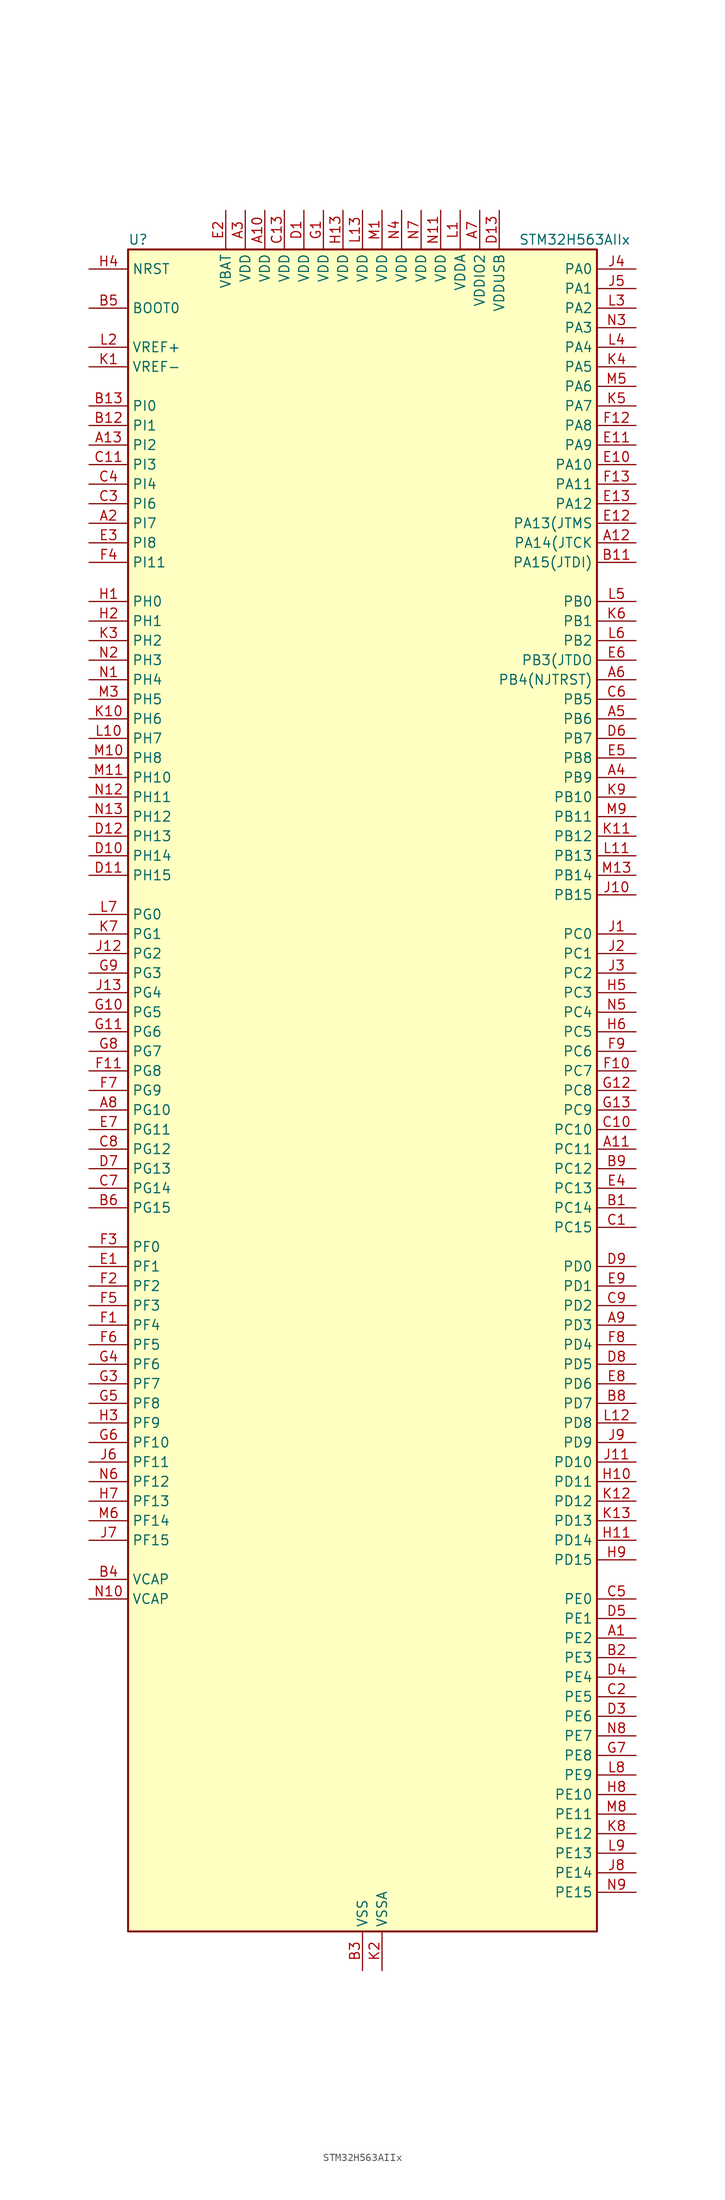
<source format=kicad_sym>
(kicad_symbol_lib
  (version 20231120)
  (generator "kicad-library-utils")
  (generator_version "8.0")
  (symbol "STM32H563AIIx"
    (property "Reference" "U"
      (at -30.48 110.49 0)
      (effects (font (size 1.27 1.27)) (justify left)))
    (property "Value" "STM32H563AIIx"
      (at 20.32 110.49 0)
      (effects (font (size 1.27 1.27)) (justify left)))
    (symbol "STM32H563AIIx_0_1"
      (rectangle (start -30.48 -109.22) (end 30.48 109.22) (stroke (width 0.254) (type default)) (fill (type background))))
    (symbol "STM32H563AIIx_1_1"
      (pin bidirectional line (at 35.56 -71.12 180) (length 5.08) (name "PE2" (effects (font (size 1.27 1.27)))) (number "A1" (effects (font (size 1.27 1.27)))) (alternate "DCMI_D3" bidirectional line) (alternate "DEBUG_TRACECLK" bidirectional line) (alternate "ETH_TXD3" bidirectional line) (alternate "FMC_A23" bidirectional line) (alternate "LPTIM1_IN2" bidirectional line) (alternate "OCTOSPI1_IO2" bidirectional line) (alternate "PSSI_D3" bidirectional line) (alternate "SAI1_CK1" bidirectional line) (alternate "SAI1_MCLK_A" bidirectional line) (alternate "SPI4_SCK" bidirectional line) (alternate "UART8_TX" bidirectional line) (alternate "USART10_RX" bidirectional line))
      (pin power_in line (at -12.7 114.3 270) (length 5.08) (name "VDD" (effects (font (size 1.27 1.27)))) (number "A10" (effects (font (size 1.27 1.27)))))
      (pin bidirectional line (at 35.56 -7.62 180) (length 5.08) (name "PC11" (effects (font (size 1.27 1.27)))) (number "A11" (effects (font (size 1.27 1.27)))) (alternate "ADC1_EXTI11" bidirectional line) (alternate "ADC2_EXTI11" bidirectional line) (alternate "DCMI_D4" bidirectional line) (alternate "I2S3_SDI" bidirectional line) (alternate "LPTIM3_IN1" bidirectional line) (alternate "OCTOSPI1_NCS" bidirectional line) (alternate "PSSI_D4" bidirectional line) (alternate "SDMMC1_D3" bidirectional line) (alternate "SPI3_MISO" bidirectional line) (alternate "UART4_RX" bidirectional line) (alternate "USART3_RX" bidirectional line))
      (pin bidirectional line (at 35.56 71.12 180) (length 5.08) (name "PA14(JTCK" (effects (font (size 1.27 1.27)))) (number "A12" (effects (font (size 1.27 1.27)))) (alternate "DEBUG_JTCK-SWCLK" bidirectional line))
      (pin bidirectional line (at -35.56 83.82 0) (length 5.08) (name "PI2" (effects (font (size 1.27 1.27)))) (number "A13" (effects (font (size 1.27 1.27)))) (alternate "DCMI_D9" bidirectional line) (alternate "I2S2_SDI" bidirectional line) (alternate "PSSI_D9" bidirectional line) (alternate "SPI2_MISO" bidirectional line) (alternate "TIM8_CH4" bidirectional line))
      (pin bidirectional line (at -35.56 73.66 0) (length 5.08) (name "PI7" (effects (font (size 1.27 1.27)))) (number "A2" (effects (font (size 1.27 1.27)))) (alternate "DCMI_D7" bidirectional line) (alternate "PSSI_D7" bidirectional line) (alternate "SAI2_FS_A" bidirectional line) (alternate "TIM8_CH3" bidirectional line))
      (pin power_in line (at -15.24 114.3 270) (length 5.08) (name "VDD" (effects (font (size 1.27 1.27)))) (number "A3" (effects (font (size 1.27 1.27)))))
      (pin bidirectional line (at 35.56 40.64 180) (length 5.08) (name "PB9" (effects (font (size 1.27 1.27)))) (number "A4" (effects (font (size 1.27 1.27)))) (alternate "DAC1_EXTI9" bidirectional line) (alternate "DCMI_D7" bidirectional line) (alternate "FDCAN1_TX" bidirectional line) (alternate "I2C1_SDA" bidirectional line) (alternate "I2C4_SDA" bidirectional line) (alternate "I2S2_WS" bidirectional line) (alternate "I3C1_SDA" bidirectional line) (alternate "PSSI_D7" bidirectional line) (alternate "SDMMC1_CDIR" bidirectional line) (alternate "SDMMC1_D5" bidirectional line) (alternate "SDMMC2_CKIN" bidirectional line) (alternate "SDMMC2_D5" bidirectional line) (alternate "SPI2_NSS" bidirectional line) (alternate "TIM17_CH1" bidirectional line) (alternate "TIM4_CH4" bidirectional line) (alternate "UART4_TX" bidirectional line))
      (pin bidirectional line (at 35.56 48.26 180) (length 5.08) (name "PB6" (effects (font (size 1.27 1.27)))) (number "A5" (effects (font (size 1.27 1.27)))) (alternate "CEC" bidirectional line) (alternate "DCMI_D5" bidirectional line) (alternate "FDCAN2_TX" bidirectional line) (alternate "FMC_SDNE1" bidirectional line) (alternate "I2C1_SCL" bidirectional line) (alternate "I2C4_SCL" bidirectional line) (alternate "I3C1_SCL" bidirectional line) (alternate "LPUART1_TX" bidirectional line) (alternate "OCTOSPI1_NCS" bidirectional line) (alternate "PSSI_D5" bidirectional line) (alternate "TIM16_CH1N" bidirectional line) (alternate "TIM4_CH1" bidirectional line) (alternate "UART5_TX" bidirectional line) (alternate "USART1_TX" bidirectional line))
      (pin bidirectional line (at 35.56 53.34 180) (length 5.08) (name "PB4(NJTRST)" (effects (font (size 1.27 1.27)))) (number "A6" (effects (font (size 1.27 1.27)))) (alternate "DCMI_D7" bidirectional line) (alternate "DEBUG_JTRST" bidirectional line) (alternate "I2S1_SDI" bidirectional line) (alternate "I2S2_WS" bidirectional line) (alternate "I2S3_SDI" bidirectional line) (alternate "LPTIM1_CH2" bidirectional line) (alternate "OCTOSPI1_CLK" bidirectional line) (alternate "PSSI_D7" bidirectional line) (alternate "SDMMC2_D3" bidirectional line) (alternate "SPI1_MISO" bidirectional line) (alternate "SPI2_NSS" bidirectional line) (alternate "SPI3_MISO" bidirectional line) (alternate "SPI6_MISO" bidirectional line) (alternate "TIM16_BKIN" bidirectional line) (alternate "TIM3_CH1" bidirectional line) (alternate "UART7_TX" bidirectional line))
      (pin power_in line (at 15.24 114.3 270) (length 5.08) (name "VDDIO2" (effects (font (size 1.27 1.27)))) (number "A7" (effects (font (size 1.27 1.27)))))
      (pin bidirectional line (at -35.56 -2.54 0) (length 5.08) (name "PG10" (effects (font (size 1.27 1.27)))) (number "A8" (effects (font (size 1.27 1.27)))) (alternate "DCMI_D2" bidirectional line) (alternate "FMC_NE3" bidirectional line) (alternate "I2S1_WS" bidirectional line) (alternate "PSSI_D2" bidirectional line) (alternate "SAI2_SD_B" bidirectional line) (alternate "SDMMC2_D1" bidirectional line) (alternate "SPI1_NSS" bidirectional line))
      (pin bidirectional line (at 35.56 -30.48 180) (length 5.08) (name "PD3" (effects (font (size 1.27 1.27)))) (number "A9" (effects (font (size 1.27 1.27)))) (alternate "DCMI_D5" bidirectional line) (alternate "FMC_CLK" bidirectional line) (alternate "I2S2_CK" bidirectional line) (alternate "PSSI_D5" bidirectional line) (alternate "PWR_WKUP8" bidirectional line) (alternate "SPI2_SCK" bidirectional line) (alternate "USART2_CTS" bidirectional line) (alternate "USART2_NSS" bidirectional line))
      (pin bidirectional line (at 35.56 -15.24 180) (length 5.08) (name "PC14" (effects (font (size 1.27 1.27)))) (number "B1" (effects (font (size 1.27 1.27)))) (alternate "RCC_OSC32_IN" bidirectional line))
      (pin passive line (at 0 -114.3 90) (length 5.08) hide (name "VSS" (effects (font (size 1.27 1.27)))) (number "B10" (effects (font (size 1.27 1.27)))))
      (pin bidirectional line (at 35.56 68.58 180) (length 5.08) (name "PA15(JTDI)" (effects (font (size 1.27 1.27)))) (number "B11" (effects (font (size 1.27 1.27)))) (alternate "ADC1_EXTI15" bidirectional line) (alternate "ADC2_EXTI15" bidirectional line) (alternate "CEC" bidirectional line) (alternate "DCMI_D11" bidirectional line) (alternate "DEBUG_JTDI" bidirectional line) (alternate "FMC_NBL1" bidirectional line) (alternate "I2S1_WS" bidirectional line) (alternate "I2S3_WS" bidirectional line) (alternate "LPTIM3_IN2" bidirectional line) (alternate "PSSI_D11" bidirectional line) (alternate "SPI1_NSS" bidirectional line) (alternate "SPI3_NSS" bidirectional line) (alternate "SPI6_NSS" bidirectional line) (alternate "TIM2_CH1" bidirectional line) (alternate "TIM2_ETR" bidirectional line) (alternate "UART4_DE" bidirectional line) (alternate "UART4_RTS" bidirectional line) (alternate "UART7_TX" bidirectional line))
      (pin bidirectional line (at -35.56 86.36 0) (length 5.08) (name "PI1" (effects (font (size 1.27 1.27)))) (number "B12" (effects (font (size 1.27 1.27)))) (alternate "DCMI_D8" bidirectional line) (alternate "I2S2_CK" bidirectional line) (alternate "PSSI_D8" bidirectional line) (alternate "SPI2_SCK" bidirectional line) (alternate "TIM8_BKIN2" bidirectional line))
      (pin bidirectional line (at -35.56 88.9 0) (length 5.08) (name "PI0" (effects (font (size 1.27 1.27)))) (number "B13" (effects (font (size 1.27 1.27)))) (alternate "DCMI_D13" bidirectional line) (alternate "I2S2_WS" bidirectional line) (alternate "PSSI_D13" bidirectional line) (alternate "SPI2_NSS" bidirectional line) (alternate "TIM5_CH4" bidirectional line))
      (pin bidirectional line (at 35.56 -73.66 180) (length 5.08) (name "PE3" (effects (font (size 1.27 1.27)))) (number "B2" (effects (font (size 1.27 1.27)))) (alternate "DEBUG_TRACED0" bidirectional line) (alternate "FMC_A19" bidirectional line) (alternate "SAI1_SD_B" bidirectional line) (alternate "TAMP_IN6" bidirectional line) (alternate "TAMP_OUT3" bidirectional line) (alternate "TIM15_BKIN" bidirectional line) (alternate "USART10_TX" bidirectional line))
      (pin power_in line (at 0 -114.3 90) (length 5.08) (name "VSS" (effects (font (size 1.27 1.27)))) (number "B3" (effects (font (size 1.27 1.27)))))
      (pin power_out line (at -35.56 -63.5 0) (length 5.08) (name "VCAP" (effects (font (size 1.27 1.27)))) (number "B4" (effects (font (size 1.27 1.27)))))
      (pin input line (at -35.56 101.6 0) (length 5.08) (name "BOOT0" (effects (font (size 1.27 1.27)))) (number "B5" (effects (font (size 1.27 1.27)))))
      (pin bidirectional line (at -35.56 -15.24 0) (length 5.08) (name "PG15" (effects (font (size 1.27 1.27)))) (number "B6" (effects (font (size 1.27 1.27)))) (alternate "ADC1_EXTI15" bidirectional line) (alternate "ADC2_EXTI15" bidirectional line) (alternate "DCMI_D13" bidirectional line) (alternate "FMC_SDNCAS" bidirectional line) (alternate "PSSI_D13" bidirectional line) (alternate "SPI4_RDY" bidirectional line) (alternate "USART10_CK" bidirectional line) (alternate "USART6_CTS" bidirectional line) (alternate "USART6_NSS" bidirectional line))
      (pin passive line (at 0 -114.3 90) (length 5.08) hide (name "VSS" (effects (font (size 1.27 1.27)))) (number "B7" (effects (font (size 1.27 1.27)))))
      (pin bidirectional line (at 35.56 -40.64 180) (length 5.08) (name "PD7" (effects (font (size 1.27 1.27)))) (number "B8" (effects (font (size 1.27 1.27)))) (alternate "FMC_NCE" bidirectional line) (alternate "FMC_NE1" bidirectional line) (alternate "I2S1_SDO" bidirectional line) (alternate "LPTIM4_OUT" bidirectional line) (alternate "OCTOSPI1_IO7" bidirectional line) (alternate "SDMMC2_CMD" bidirectional line) (alternate "SPI1_MOSI" bidirectional line) (alternate "USART2_CK" bidirectional line))
      (pin bidirectional line (at 35.56 -10.16 180) (length 5.08) (name "PC12" (effects (font (size 1.27 1.27)))) (number "B9" (effects (font (size 1.27 1.27)))) (alternate "DCMI_D9" bidirectional line) (alternate "DEBUG_TRACED3" bidirectional line) (alternate "I2S3_SDO" bidirectional line) (alternate "PSSI_D9" bidirectional line) (alternate "SDMMC1_CK" bidirectional line) (alternate "SPI3_MOSI" bidirectional line) (alternate "SPI6_SCK" bidirectional line) (alternate "TIM15_CH1" bidirectional line) (alternate "UART5_TX" bidirectional line) (alternate "USART3_CK" bidirectional line))
      (pin bidirectional line (at 35.56 -17.78 180) (length 5.08) (name "PC15" (effects (font (size 1.27 1.27)))) (number "C1" (effects (font (size 1.27 1.27)))) (alternate "ADC1_EXTI15" bidirectional line) (alternate "ADC2_EXTI15" bidirectional line) (alternate "RCC_OSC32_OUT" bidirectional line))
      (pin bidirectional line (at 35.56 -5.08 180) (length 5.08) (name "PC10" (effects (font (size 1.27 1.27)))) (number "C10" (effects (font (size 1.27 1.27)))) (alternate "DCMI_D8" bidirectional line) (alternate "ETH_TXD0" bidirectional line) (alternate "I2S3_CK" bidirectional line) (alternate "LPTIM3_ETR" bidirectional line) (alternate "OCTOSPI1_IO1" bidirectional line) (alternate "PSSI_D8" bidirectional line) (alternate "SDMMC1_D2" bidirectional line) (alternate "SPI3_SCK" bidirectional line) (alternate "UART4_TX" bidirectional line) (alternate "USART3_TX" bidirectional line))
      (pin bidirectional line (at -35.56 81.28 0) (length 5.08) (name "PI3" (effects (font (size 1.27 1.27)))) (number "C11" (effects (font (size 1.27 1.27)))) (alternate "DCMI_D10" bidirectional line) (alternate "I2S2_SDO" bidirectional line) (alternate "PSSI_D10" bidirectional line) (alternate "SPI2_MOSI" bidirectional line) (alternate "TIM8_ETR" bidirectional line))
      (pin passive line (at 0 -114.3 90) (length 5.08) hide (name "VSS" (effects (font (size 1.27 1.27)))) (number "C12" (effects (font (size 1.27 1.27)))))
      (pin power_in line (at -10.16 114.3 270) (length 5.08) (name "VDD" (effects (font (size 1.27 1.27)))) (number "C13" (effects (font (size 1.27 1.27)))))
      (pin bidirectional line (at 35.56 -78.74 180) (length 5.08) (name "PE5" (effects (font (size 1.27 1.27)))) (number "C2" (effects (font (size 1.27 1.27)))) (alternate "DCMI_D6" bidirectional line) (alternate "DEBUG_TRACED2" bidirectional line) (alternate "FMC_A21" bidirectional line) (alternate "PSSI_D6" bidirectional line) (alternate "SAI1_CK2" bidirectional line) (alternate "SAI1_SCK_A" bidirectional line) (alternate "SPI4_MISO" bidirectional line) (alternate "TAMP_IN8" bidirectional line) (alternate "TAMP_OUT7" bidirectional line) (alternate "TIM15_CH1" bidirectional line))
      (pin bidirectional line (at -35.56 76.2 0) (length 5.08) (name "PI6" (effects (font (size 1.27 1.27)))) (number "C3" (effects (font (size 1.27 1.27)))) (alternate "DCMI_D6" bidirectional line) (alternate "PSSI_D6" bidirectional line) (alternate "SAI2_SD_A" bidirectional line) (alternate "TIM8_CH2" bidirectional line))
      (pin bidirectional line (at -35.56 78.74 0) (length 5.08) (name "PI4" (effects (font (size 1.27 1.27)))) (number "C4" (effects (font (size 1.27 1.27)))) (alternate "DCMI_D5" bidirectional line) (alternate "PSSI_D5" bidirectional line) (alternate "SAI2_MCLK_A" bidirectional line) (alternate "SPI2_RDY" bidirectional line) (alternate "TIM8_BKIN" bidirectional line))
      (pin bidirectional line (at 35.56 -66.04 180) (length 5.08) (name "PE0" (effects (font (size 1.27 1.27)))) (number "C5" (effects (font (size 1.27 1.27)))) (alternate "DCMI_D2" bidirectional line) (alternate "FDCAN1_RX" bidirectional line) (alternate "FMC_NBL0" bidirectional line) (alternate "LPTIM1_ETR" bidirectional line) (alternate "LPTIM2_CH2" bidirectional line) (alternate "LPTIM2_ETR" bidirectional line) (alternate "PSSI_D2" bidirectional line) (alternate "SAI2_MCLK_A" bidirectional line) (alternate "SPI3_RDY" bidirectional line) (alternate "TIM4_ETR" bidirectional line) (alternate "UART8_RX" bidirectional line))
      (pin bidirectional line (at 35.56 50.8 180) (length 5.08) (name "PB5" (effects (font (size 1.27 1.27)))) (number "C6" (effects (font (size 1.27 1.27)))) (alternate "DCMI_D10" bidirectional line) (alternate "ETH_PPS_OUT" bidirectional line) (alternate "FDCAN2_RX" bidirectional line) (alternate "FMC_SDCKE1" bidirectional line) (alternate "I2C1_SMBA" bidirectional line) (alternate "I2C4_SMBA" bidirectional line) (alternate "I2S1_SDO" bidirectional line) (alternate "I2S3_SDO" bidirectional line) (alternate "OCTOSPI1_NCLK" bidirectional line) (alternate "PSSI_D10" bidirectional line) (alternate "SPI1_MOSI" bidirectional line) (alternate "SPI3_MOSI" bidirectional line) (alternate "SPI6_MOSI" bidirectional line) (alternate "TIM17_BKIN" bidirectional line) (alternate "TIM3_CH2" bidirectional line) (alternate "UART5_RX" bidirectional line))
      (pin bidirectional line (at -35.56 -12.7 0) (length 5.08) (name "PG14" (effects (font (size 1.27 1.27)))) (number "C7" (effects (font (size 1.27 1.27)))) (alternate "DEBUG_TRACED1" bidirectional line) (alternate "ETH_TXD1" bidirectional line) (alternate "FMC_A25" bidirectional line) (alternate "LPTIM1_CH2" bidirectional line) (alternate "LPTIM1_ETR" bidirectional line) (alternate "LPTIM5_IN1" bidirectional line) (alternate "OCTOSPI1_IO7" bidirectional line) (alternate "SDMMC2_D7" bidirectional line) (alternate "SPI6_MOSI" bidirectional line) (alternate "USART10_RTS" bidirectional line) (alternate "USART6_TX" bidirectional line))
      (pin bidirectional line (at -35.56 -7.62 0) (length 5.08) (name "PG12" (effects (font (size 1.27 1.27)))) (number "C8" (effects (font (size 1.27 1.27)))) (alternate "DCMI_D11" bidirectional line) (alternate "ETH_TXD1" bidirectional line) (alternate "FMC_NE4" bidirectional line) (alternate "LPTIM1_IN1" bidirectional line) (alternate "LPTIM5_CH1" bidirectional line) (alternate "PSSI_D11" bidirectional line) (alternate "PSSI_D15" bidirectional line) (alternate "SDMMC2_D3" bidirectional line) (alternate "SPI6_MISO" bidirectional line) (alternate "USART10_TX" bidirectional line) (alternate "USART6_RTS" bidirectional line))
      (pin bidirectional line (at 35.56 -27.94 180) (length 5.08) (name "PD2" (effects (font (size 1.27 1.27)))) (number "C9" (effects (font (size 1.27 1.27)))) (alternate "DCMI_D11" bidirectional line) (alternate "DEBUG_TRACED2" bidirectional line) (alternate "LPTIM4_ETR" bidirectional line) (alternate "PSSI_D11" bidirectional line) (alternate "PWR_WKUP7" bidirectional line) (alternate "SDMMC1_CMD" bidirectional line) (alternate "TIM15_BKIN" bidirectional line) (alternate "TIM3_ETR" bidirectional line) (alternate "UART5_RX" bidirectional line))
      (pin power_in line (at -7.62 114.3 270) (length 5.08) (name "VDD" (effects (font (size 1.27 1.27)))) (number "D1" (effects (font (size 1.27 1.27)))))
      (pin bidirectional line (at -35.56 30.48 0) (length 5.08) (name "PH14" (effects (font (size 1.27 1.27)))) (number "D10" (effects (font (size 1.27 1.27)))) (alternate "DCMI_D4" bidirectional line) (alternate "FDCAN1_RX" bidirectional line) (alternate "PSSI_D4" bidirectional line) (alternate "TIM8_CH2N" bidirectional line) (alternate "UART4_RX" bidirectional line))
      (pin bidirectional line (at -35.56 27.94 0) (length 5.08) (name "PH15" (effects (font (size 1.27 1.27)))) (number "D11" (effects (font (size 1.27 1.27)))) (alternate "ADC1_EXTI15" bidirectional line) (alternate "ADC2_EXTI15" bidirectional line) (alternate "DCMI_D11" bidirectional line) (alternate "PSSI_D11" bidirectional line) (alternate "TIM8_CH3N" bidirectional line))
      (pin bidirectional line (at -35.56 33.02 0) (length 5.08) (name "PH13" (effects (font (size 1.27 1.27)))) (number "D12" (effects (font (size 1.27 1.27)))) (alternate "DCMI_D3" bidirectional line) (alternate "FDCAN1_TX" bidirectional line) (alternate "LPTIM1_IN2" bidirectional line) (alternate "PSSI_D3" bidirectional line) (alternate "TIM8_CH1N" bidirectional line) (alternate "UART4_TX" bidirectional line) (alternate "UART8_TX" bidirectional line))
      (pin power_in line (at 17.78 114.3 270) (length 5.08) (name "VDDUSB" (effects (font (size 1.27 1.27)))) (number "D13" (effects (font (size 1.27 1.27)))))
      (pin passive line (at 0 -114.3 90) (length 5.08) hide (name "VSS" (effects (font (size 1.27 1.27)))) (number "D2" (effects (font (size 1.27 1.27)))))
      (pin bidirectional line (at 35.56 -81.28 180) (length 5.08) (name "PE6" (effects (font (size 1.27 1.27)))) (number "D3" (effects (font (size 1.27 1.27)))) (alternate "DCMI_D7" bidirectional line) (alternate "DEBUG_TRACED3" bidirectional line) (alternate "FMC_A22" bidirectional line) (alternate "PSSI_D7" bidirectional line) (alternate "SAI1_D1" bidirectional line) (alternate "SAI1_SD_A" bidirectional line) (alternate "SAI2_MCLK_B" bidirectional line) (alternate "SPI4_MOSI" bidirectional line) (alternate "TAMP_IN3" bidirectional line) (alternate "TAMP_OUT6" bidirectional line) (alternate "TIM15_CH2" bidirectional line) (alternate "TIM1_BKIN2" bidirectional line))
      (pin bidirectional line (at 35.56 -76.2 180) (length 5.08) (name "PE4" (effects (font (size 1.27 1.27)))) (number "D4" (effects (font (size 1.27 1.27)))) (alternate "DCMI_D4" bidirectional line) (alternate "DEBUG_TRACED1" bidirectional line) (alternate "FMC_A20" bidirectional line) (alternate "PSSI_D4" bidirectional line) (alternate "SAI1_D2" bidirectional line) (alternate "SAI1_FS_A" bidirectional line) (alternate "SPI4_NSS" bidirectional line) (alternate "TAMP_IN7" bidirectional line) (alternate "TAMP_OUT8" bidirectional line) (alternate "TIM15_CH1N" bidirectional line))
      (pin bidirectional line (at 35.56 -68.58 180) (length 5.08) (name "PE1" (effects (font (size 1.27 1.27)))) (number "D5" (effects (font (size 1.27 1.27)))) (alternate "DCMI_D3" bidirectional line) (alternate "FDCAN1_TX" bidirectional line) (alternate "FMC_NBL1" bidirectional line) (alternate "LPTIM1_IN2" bidirectional line) (alternate "PSSI_D3" bidirectional line) (alternate "UART8_TX" bidirectional line))
      (pin bidirectional line (at 35.56 45.72 180) (length 5.08) (name "PB7" (effects (font (size 1.27 1.27)))) (number "D6" (effects (font (size 1.27 1.27)))) (alternate "DCMI_VSYNC" bidirectional line) (alternate "FDCAN1_TX" bidirectional line) (alternate "FMC_NL" bidirectional line) (alternate "I2C1_SDA" bidirectional line) (alternate "I2C4_SDA" bidirectional line) (alternate "I3C1_SDA" bidirectional line) (alternate "LPUART1_RX" bidirectional line) (alternate "PSSI_RDY" bidirectional line) (alternate "PWR_WKUP5" bidirectional line) (alternate "SDMMC2_CKIN" bidirectional line) (alternate "SDMMC2_D5" bidirectional line) (alternate "TIM17_CH1N" bidirectional line) (alternate "TIM4_CH2" bidirectional line) (alternate "USART1_RX" bidirectional line))
      (pin bidirectional line (at -35.56 -10.16 0) (length 5.08) (name "PG13" (effects (font (size 1.27 1.27)))) (number "D7" (effects (font (size 1.27 1.27)))) (alternate "DEBUG_TRACED0" bidirectional line) (alternate "ETH_TXD0" bidirectional line) (alternate "FMC_A24" bidirectional line) (alternate "LPTIM1_CH1" bidirectional line) (alternate "LPTIM5_CH2" bidirectional line) (alternate "SDMMC2_D6" bidirectional line) (alternate "SPI6_SCK" bidirectional line) (alternate "USART10_CTS" bidirectional line) (alternate "USART10_NSS" bidirectional line) (alternate "USART6_CTS" bidirectional line) (alternate "USART6_NSS" bidirectional line))
      (pin bidirectional line (at 35.56 -35.56 180) (length 5.08) (name "PD5" (effects (font (size 1.27 1.27)))) (number "D8" (effects (font (size 1.27 1.27)))) (alternate "FDCAN1_TX" bidirectional line) (alternate "FMC_NWE" bidirectional line) (alternate "OCTOSPI1_IO5" bidirectional line) (alternate "SPI2_RDY" bidirectional line) (alternate "TIM1_CH4N" bidirectional line) (alternate "USART2_TX" bidirectional line))
      (pin bidirectional line (at 35.56 -22.86 180) (length 5.08) (name "PD0" (effects (font (size 1.27 1.27)))) (number "D9" (effects (font (size 1.27 1.27)))) (alternate "FDCAN1_RX" bidirectional line) (alternate "FMC_D2" bidirectional line) (alternate "FMC_DA2" bidirectional line) (alternate "TIM8_CH4N" bidirectional line) (alternate "UART4_RX" bidirectional line) (alternate "UART9_CTS" bidirectional line))
      (pin bidirectional line (at -35.56 -22.86 0) (length 5.08) (name "PF1" (effects (font (size 1.27 1.27)))) (number "E1" (effects (font (size 1.27 1.27)))) (alternate "FMC_A1" bidirectional line) (alternate "I2C2_SCL" bidirectional line) (alternate "LPTIM5_CH2" bidirectional line))
      (pin bidirectional line (at 35.56 81.28 180) (length 5.08) (name "PA10" (effects (font (size 1.27 1.27)))) (number "E10" (effects (font (size 1.27 1.27)))) (alternate "DCMI_D1" bidirectional line) (alternate "FDCAN2_TX" bidirectional line) (alternate "LPTIM2_IN2" bidirectional line) (alternate "LPUART1_RX" bidirectional line) (alternate "PSSI_D1" bidirectional line) (alternate "SDMMC1_D0" bidirectional line) (alternate "TIM1_CH3" bidirectional line) (alternate "UCPD1_FRSTX" bidirectional line) (alternate "USART1_RX" bidirectional line))
      (pin bidirectional line (at 35.56 83.82 180) (length 5.08) (name "PA9" (effects (font (size 1.27 1.27)))) (number "E11" (effects (font (size 1.27 1.27)))) (alternate "DAC1_EXTI9" bidirectional line) (alternate "DCMI_D0" bidirectional line) (alternate "ETH_TX_ER" bidirectional line) (alternate "FMC_NWE" bidirectional line) (alternate "I2C3_SMBA" bidirectional line) (alternate "I2S2_CK" bidirectional line) (alternate "LPUART1_TX" bidirectional line) (alternate "PSSI_D0" bidirectional line) (alternate "SPI2_SCK" bidirectional line) (alternate "TIM1_CH2" bidirectional line) (alternate "UCPD1_DB1" bidirectional line) (alternate "USART1_TX" bidirectional line))
      (pin bidirectional line (at 35.56 73.66 180) (length 5.08) (name "PA13(JTMS" (effects (font (size 1.27 1.27)))) (number "E12" (effects (font (size 1.27 1.27)))) (alternate "DEBUG_JTMS-SWDIO" bidirectional line))
      (pin bidirectional line (at 35.56 76.2 180) (length 5.08) (name "PA12" (effects (font (size 1.27 1.27)))) (number "E13" (effects (font (size 1.27 1.27)))) (alternate "FDCAN1_TX" bidirectional line) (alternate "I2S2_CK" bidirectional line) (alternate "LPUART1_RTS" bidirectional line) (alternate "SAI2_FS_B" bidirectional line) (alternate "SPI2_SCK" bidirectional line) (alternate "TIM1_ETR" bidirectional line) (alternate "UART4_TX" bidirectional line) (alternate "USART1_RTS" bidirectional line) (alternate "USB_DP" bidirectional line))
      (pin power_in line (at -17.78 114.3 270) (length 5.08) (name "VBAT" (effects (font (size 1.27 1.27)))) (number "E2" (effects (font (size 1.27 1.27)))))
      (pin bidirectional line (at -35.56 71.12 0) (length 5.08) (name "PI8" (effects (font (size 1.27 1.27)))) (number "E3" (effects (font (size 1.27 1.27)))) (alternate "PWR_WKUP3" bidirectional line) (alternate "RTC_OUT2" bidirectional line) (alternate "TAMP_IN2" bidirectional line) (alternate "TAMP_OUT3" bidirectional line))
      (pin bidirectional line (at 35.56 -12.7 180) (length 5.08) (name "PC13" (effects (font (size 1.27 1.27)))) (number "E4" (effects (font (size 1.27 1.27)))) (alternate "PWR_WKUP4" bidirectional line) (alternate "RTC_OUT1" bidirectional line) (alternate "RTC_TS" bidirectional line) (alternate "TAMP_IN1" bidirectional line) (alternate "TAMP_OUT2" bidirectional line) (alternate "TAMP_OUT3" bidirectional line))
      (pin bidirectional line (at 35.56 43.18 180) (length 5.08) (name "PB8" (effects (font (size 1.27 1.27)))) (number "E5" (effects (font (size 1.27 1.27)))) (alternate "DCMI_D6" bidirectional line) (alternate "ETH_TXD3" bidirectional line) (alternate "FDCAN1_RX" bidirectional line) (alternate "I2C1_SCL" bidirectional line) (alternate "I2C4_SCL" bidirectional line) (alternate "I3C1_SCL" bidirectional line) (alternate "PSSI_D6" bidirectional line) (alternate "SDMMC1_CKIN" bidirectional line) (alternate "SDMMC1_D4" bidirectional line) (alternate "SDMMC2_D4" bidirectional line) (alternate "SPI4_RDY" bidirectional line) (alternate "TIM16_CH1" bidirectional line) (alternate "TIM4_CH3" bidirectional line) (alternate "UART4_RX" bidirectional line))
      (pin bidirectional line (at 35.56 55.88 180) (length 5.08) (name "PB3(JTDO" (effects (font (size 1.27 1.27)))) (number "E6" (effects (font (size 1.27 1.27)))) (alternate "CRS_SYNC" bidirectional line) (alternate "DEBUG_JTDO-SWO" bidirectional line) (alternate "I2C2_SDA" bidirectional line) (alternate "I2S1_CK" bidirectional line) (alternate "I2S3_CK" bidirectional line) (alternate "LPTIM6_ETR" bidirectional line) (alternate "SDMMC2_D2" bidirectional line) (alternate "SPI1_SCK" bidirectional line) (alternate "SPI3_SCK" bidirectional line) (alternate "SPI6_SCK" bidirectional line) (alternate "TIM2_CH2" bidirectional line) (alternate "UART12_CTS" bidirectional line) (alternate "UART7_RX" bidirectional line))
      (pin bidirectional line (at -35.56 -5.08 0) (length 5.08) (name "PG11" (effects (font (size 1.27 1.27)))) (number "E7" (effects (font (size 1.27 1.27)))) (alternate "ADC1_EXTI11" bidirectional line) (alternate "ADC2_EXTI11" bidirectional line) (alternate "DCMI_D3" bidirectional line) (alternate "ETH_TX_EN" bidirectional line) (alternate "I2S1_CK" bidirectional line) (alternate "LPTIM1_IN2" bidirectional line) (alternate "PSSI_D3" bidirectional line) (alternate "SDMMC2_D2" bidirectional line) (alternate "SPI1_SCK" bidirectional line) (alternate "USART10_RX" bidirectional line) (alternate "USART11_RTS" bidirectional line))
      (pin bidirectional line (at 35.56 -38.1 180) (length 5.08) (name "PD6" (effects (font (size 1.27 1.27)))) (number "E8" (effects (font (size 1.27 1.27)))) (alternate "DCMI_D10" bidirectional line) (alternate "FMC_NWAIT" bidirectional line) (alternate "I2S3_SDO" bidirectional line) (alternate "OCTOSPI1_IO6" bidirectional line) (alternate "PSSI_D10" bidirectional line) (alternate "SAI1_D1" bidirectional line) (alternate "SAI1_SD_A" bidirectional line) (alternate "SDMMC2_CK" bidirectional line) (alternate "SPI3_MOSI" bidirectional line) (alternate "USART2_RX" bidirectional line))
      (pin bidirectional line (at 35.56 -25.4 180) (length 5.08) (name "PD1" (effects (font (size 1.27 1.27)))) (number "E9" (effects (font (size 1.27 1.27)))) (alternate "FDCAN1_TX" bidirectional line) (alternate "FMC_D3" bidirectional line) (alternate "FMC_DA3" bidirectional line) (alternate "UART4_TX" bidirectional line))
      (pin bidirectional line (at -35.56 -30.48 0) (length 5.08) (name "PF4" (effects (font (size 1.27 1.27)))) (number "F1" (effects (font (size 1.27 1.27)))) (alternate "FMC_A4" bidirectional line) (alternate "LPTIM3_ETR" bidirectional line) (alternate "USART11_RX" bidirectional line))
      (pin bidirectional line (at 35.56 2.54 180) (length 5.08) (name "PC7" (effects (font (size 1.27 1.27)))) (number "F10" (effects (font (size 1.27 1.27)))) (alternate "DCMI_D1" bidirectional line) (alternate "DEBUG_TRGIO" bidirectional line) (alternate "FMC_NE1" bidirectional line) (alternate "I2S3_MCK" bidirectional line) (alternate "OCTOSPI1_IO6" bidirectional line) (alternate "PSSI_D1" bidirectional line) (alternate "SDMMC1_D123DIR" bidirectional line) (alternate "SDMMC1_D7" bidirectional line) (alternate "SDMMC2_D7" bidirectional line) (alternate "TIM3_CH2" bidirectional line) (alternate "TIM8_CH2" bidirectional line) (alternate "USART6_RX" bidirectional line))
      (pin bidirectional line (at -35.56 2.54 0) (length 5.08) (name "PG8" (effects (font (size 1.27 1.27)))) (number "F11" (effects (font (size 1.27 1.27)))) (alternate "ETH_PPS_OUT" bidirectional line) (alternate "FMC_SDCLK" bidirectional line) (alternate "SPI6_NSS" bidirectional line) (alternate "TIM8_ETR" bidirectional line) (alternate "USART6_RTS" bidirectional line))
      (pin bidirectional line (at 35.56 86.36 180) (length 5.08) (name "PA8" (effects (font (size 1.27 1.27)))) (number "F12" (effects (font (size 1.27 1.27)))) (alternate "DCMI_D3" bidirectional line) (alternate "FMC_NOE" bidirectional line) (alternate "I2C3_SCL" bidirectional line) (alternate "PSSI_D3" bidirectional line) (alternate "RCC_MCO_1" bidirectional line) (alternate "SPI1_RDY" bidirectional line) (alternate "TIM1_CH1" bidirectional line) (alternate "TIM8_BKIN2" bidirectional line) (alternate "UART7_RX" bidirectional line) (alternate "USART1_CK" bidirectional line) (alternate "USB_SOF" bidirectional line))
      (pin bidirectional line (at 35.56 78.74 180) (length 5.08) (name "PA11" (effects (font (size 1.27 1.27)))) (number "F13" (effects (font (size 1.27 1.27)))) (alternate "ADC1_EXTI11" bidirectional line) (alternate "ADC2_EXTI11" bidirectional line) (alternate "FDCAN1_RX" bidirectional line) (alternate "I2S2_WS" bidirectional line) (alternate "LPUART1_CTS" bidirectional line) (alternate "SPI2_NSS" bidirectional line) (alternate "TIM1_CH4" bidirectional line) (alternate "UART4_RX" bidirectional line) (alternate "USART1_CTS" bidirectional line) (alternate "USART1_NSS" bidirectional line) (alternate "USB_DM" bidirectional line))
      (pin bidirectional line (at -35.56 -25.4 0) (length 5.08) (name "PF2" (effects (font (size 1.27 1.27)))) (number "F2" (effects (font (size 1.27 1.27)))) (alternate "FMC_A2" bidirectional line) (alternate "I2C2_SMBA" bidirectional line) (alternate "LPTIM3_CH2" bidirectional line) (alternate "LPTIM3_IN2" bidirectional line) (alternate "LPTIM5_IN1" bidirectional line) (alternate "UART12_TX" bidirectional line) (alternate "USART11_CK" bidirectional line))
      (pin bidirectional line (at -35.56 -20.32 0) (length 5.08) (name "PF0" (effects (font (size 1.27 1.27)))) (number "F3" (effects (font (size 1.27 1.27)))) (alternate "FMC_A0" bidirectional line) (alternate "I2C2_SDA" bidirectional line) (alternate "LPTIM5_CH1" bidirectional line))
      (pin bidirectional line (at -35.56 68.58 0) (length 5.08) (name "PI11" (effects (font (size 1.27 1.27)))) (number "F4" (effects (font (size 1.27 1.27)))) (alternate "ADC1_EXTI11" bidirectional line) (alternate "ADC2_EXTI11" bidirectional line) (alternate "PSSI_D15" bidirectional line) (alternate "TAMP_IN4" bidirectional line) (alternate "TAMP_OUT5" bidirectional line))
      (pin bidirectional line (at -35.56 -27.94 0) (length 5.08) (name "PF3" (effects (font (size 1.27 1.27)))) (number "F5" (effects (font (size 1.27 1.27)))) (alternate "FMC_A3" bidirectional line) (alternate "LPTIM3_IN1" bidirectional line) (alternate "LPTIM5_IN2" bidirectional line) (alternate "USART11_TX" bidirectional line))
      (pin bidirectional line (at -35.56 -33.02 0) (length 5.08) (name "PF5" (effects (font (size 1.27 1.27)))) (number "F6" (effects (font (size 1.27 1.27)))) (alternate "FMC_A5" bidirectional line) (alternate "I2C4_SCL" bidirectional line) (alternate "I3C1_SCL" bidirectional line) (alternate "LPTIM3_CH1" bidirectional line) (alternate "LPTIM3_IN1" bidirectional line) (alternate "UART12_RX" bidirectional line) (alternate "USART11_CTS" bidirectional line) (alternate "USART11_NSS" bidirectional line))
      (pin bidirectional line (at -35.56 0 0) (length 5.08) (name "PG9" (effects (font (size 1.27 1.27)))) (number "F7" (effects (font (size 1.27 1.27)))) (alternate "DAC1_EXTI9" bidirectional line) (alternate "DCMI_VSYNC" bidirectional line) (alternate "FMC_NCE" bidirectional line) (alternate "FMC_NE2" bidirectional line) (alternate "I2S1_SDI" bidirectional line) (alternate "OCTOSPI1_IO6" bidirectional line) (alternate "PSSI_RDY" bidirectional line) (alternate "SAI2_FS_B" bidirectional line) (alternate "SDMMC2_D0" bidirectional line) (alternate "SPI1_MISO" bidirectional line) (alternate "USART6_RX" bidirectional line))
      (pin bidirectional line (at 35.56 -33.02 180) (length 5.08) (name "PD4" (effects (font (size 1.27 1.27)))) (number "F8" (effects (font (size 1.27 1.27)))) (alternate "FMC_NOE" bidirectional line) (alternate "OCTOSPI1_IO4" bidirectional line) (alternate "USART2_RTS" bidirectional line))
      (pin bidirectional line (at 35.56 5.08 180) (length 5.08) (name "PC6" (effects (font (size 1.27 1.27)))) (number "F9" (effects (font (size 1.27 1.27)))) (alternate "DCMI_D0" bidirectional line) (alternate "FMC_NWAIT" bidirectional line) (alternate "I2S2_MCK" bidirectional line) (alternate "OCTOSPI1_IO5" bidirectional line) (alternate "PSSI_D0" bidirectional line) (alternate "SAI1_SCK_A" bidirectional line) (alternate "SDMMC1_D0DIR" bidirectional line) (alternate "SDMMC1_D6" bidirectional line) (alternate "SDMMC2_D6" bidirectional line) (alternate "TIM3_CH1" bidirectional line) (alternate "TIM8_CH1" bidirectional line) (alternate "USART6_TX" bidirectional line))
      (pin power_in line (at -5.08 114.3 270) (length 5.08) (name "VDD" (effects (font (size 1.27 1.27)))) (number "G1" (effects (font (size 1.27 1.27)))))
      (pin bidirectional line (at -35.56 10.16 0) (length 5.08) (name "PG5" (effects (font (size 1.27 1.27)))) (number "G10" (effects (font (size 1.27 1.27)))) (alternate "FMC_A15" bidirectional line) (alternate "FMC_BA1" bidirectional line) (alternate "TIM1_ETR" bidirectional line))
      (pin bidirectional line (at -35.56 7.62 0) (length 5.08) (name "PG6" (effects (font (size 1.27 1.27)))) (number "G11" (effects (font (size 1.27 1.27)))) (alternate "DCMI_D12" bidirectional line) (alternate "FMC_NE3" bidirectional line) (alternate "I2C4_SDA" bidirectional line) (alternate "I3C1_SDA" bidirectional line) (alternate "OCTOSPI1_NCS" bidirectional line) (alternate "PSSI_D12" bidirectional line) (alternate "SPI1_RDY" bidirectional line) (alternate "TIM17_BKIN" bidirectional line) (alternate "UCPD1_FRSTX" bidirectional line))
      (pin bidirectional line (at 35.56 0 180) (length 5.08) (name "PC8" (effects (font (size 1.27 1.27)))) (number "G12" (effects (font (size 1.27 1.27)))) (alternate "DCMI_D2" bidirectional line) (alternate "DEBUG_TRACED1" bidirectional line) (alternate "FMC_ALE" bidirectional line) (alternate "FMC_INT" bidirectional line) (alternate "FMC_NCE" bidirectional line) (alternate "FMC_NE2" bidirectional line) (alternate "PSSI_D2" bidirectional line) (alternate "SDMMC1_D0" bidirectional line) (alternate "TIM3_CH3" bidirectional line) (alternate "TIM8_CH3" bidirectional line) (alternate "UART5_DE" bidirectional line) (alternate "UART5_RTS" bidirectional line) (alternate "USART6_CK" bidirectional line))
      (pin bidirectional line (at 35.56 -2.54 180) (length 5.08) (name "PC9" (effects (font (size 1.27 1.27)))) (number "G13" (effects (font (size 1.27 1.27)))) (alternate "AUDIOCLK" bidirectional line) (alternate "DAC1_EXTI9" bidirectional line) (alternate "DCMI_D3" bidirectional line) (alternate "FMC_CLE" bidirectional line) (alternate "I2C3_SDA" bidirectional line) (alternate "OCTOSPI1_IO0" bidirectional line) (alternate "PSSI_D3" bidirectional line) (alternate "RCC_MCO_2" bidirectional line) (alternate "SDMMC1_D1" bidirectional line) (alternate "TIM3_CH4" bidirectional line) (alternate "TIM8_CH4" bidirectional line) (alternate "UART5_CTS" bidirectional line) (alternate "UCPD1_DB2" bidirectional line))
      (pin passive line (at 0 -114.3 90) (length 5.08) hide (name "VSS" (effects (font (size 1.27 1.27)))) (number "G2" (effects (font (size 1.27 1.27)))))
      (pin bidirectional line (at -35.56 -38.1 0) (length 5.08) (name "PF7" (effects (font (size 1.27 1.27)))) (number "G3" (effects (font (size 1.27 1.27)))) (alternate "LPTIM5_CH2" bidirectional line) (alternate "OCTOSPI1_IO2" bidirectional line) (alternate "SAI1_MCLK_B" bidirectional line) (alternate "SPI5_SCK" bidirectional line) (alternate "TIM17_CH1" bidirectional line) (alternate "UART7_TX" bidirectional line))
      (pin bidirectional line (at -35.56 -35.56 0) (length 5.08) (name "PF6" (effects (font (size 1.27 1.27)))) (number "G4" (effects (font (size 1.27 1.27)))) (alternate "LPTIM5_CH1" bidirectional line) (alternate "OCTOSPI1_IO3" bidirectional line) (alternate "SAI1_SD_B" bidirectional line) (alternate "SPI5_NSS" bidirectional line) (alternate "TIM16_CH1" bidirectional line) (alternate "UART7_RX" bidirectional line))
      (pin bidirectional line (at -35.56 -40.64 0) (length 5.08) (name "PF8" (effects (font (size 1.27 1.27)))) (number "G5" (effects (font (size 1.27 1.27)))) (alternate "LPTIM5_IN1" bidirectional line) (alternate "OCTOSPI1_IO0" bidirectional line) (alternate "SAI1_SCK_B" bidirectional line) (alternate "SPI5_MISO" bidirectional line) (alternate "TIM13_CH1" bidirectional line) (alternate "TIM16_CH1N" bidirectional line) (alternate "UART7_RTS" bidirectional line))
      (pin bidirectional line (at -35.56 -45.72 0) (length 5.08) (name "PF10" (effects (font (size 1.27 1.27)))) (number "G6" (effects (font (size 1.27 1.27)))) (alternate "DCMI_D11" bidirectional line) (alternate "OCTOSPI1_CLK" bidirectional line) (alternate "PSSI_D11" bidirectional line) (alternate "PSSI_D15" bidirectional line) (alternate "SAI1_D3" bidirectional line) (alternate "TIM16_BKIN" bidirectional line))
      (pin bidirectional line (at 35.56 -86.36 180) (length 5.08) (name "PE8" (effects (font (size 1.27 1.27)))) (number "G7" (effects (font (size 1.27 1.27)))) (alternate "FMC_D5" bidirectional line) (alternate "FMC_DA5" bidirectional line) (alternate "OCTOSPI1_IO5" bidirectional line) (alternate "TIM1_CH1N" bidirectional line) (alternate "UART12_CTS" bidirectional line) (alternate "UART7_TX" bidirectional line))
      (pin bidirectional line (at -35.56 5.08 0) (length 5.08) (name "PG7" (effects (font (size 1.27 1.27)))) (number "G8" (effects (font (size 1.27 1.27)))) (alternate "DCMI_D13" bidirectional line) (alternate "FMC_INT" bidirectional line) (alternate "I2C4_SCL" bidirectional line) (alternate "I3C1_SCL" bidirectional line) (alternate "PSSI_D13" bidirectional line) (alternate "SAI1_CK2" bidirectional line) (alternate "SAI1_MCLK_A" bidirectional line) (alternate "UCPD1_FRSTX" bidirectional line) (alternate "USART6_CK" bidirectional line))
      (pin bidirectional line (at -35.56 15.24 0) (length 5.08) (name "PG3" (effects (font (size 1.27 1.27)))) (number "G9" (effects (font (size 1.27 1.27)))) (alternate "FMC_A13" bidirectional line) (alternate "LPTIM5_ETR" bidirectional line) (alternate "TIM8_BKIN2" bidirectional line) (alternate "UART12_TX" bidirectional line))
      (pin bidirectional line (at -35.56 63.5 0) (length 5.08) (name "PH0" (effects (font (size 1.27 1.27)))) (number "H1" (effects (font (size 1.27 1.27)))) (alternate "RCC_OSC_IN" bidirectional line))
      (pin bidirectional line (at 35.56 -50.8 180) (length 5.08) (name "PD11" (effects (font (size 1.27 1.27)))) (number "H10" (effects (font (size 1.27 1.27)))) (alternate "ADC1_EXTI11" bidirectional line) (alternate "ADC2_EXTI11" bidirectional line) (alternate "FMC_A16" bidirectional line) (alternate "FMC_CLE" bidirectional line) (alternate "I2C4_SMBA" bidirectional line) (alternate "LPTIM2_IN2" bidirectional line) (alternate "OCTOSPI1_IO0" bidirectional line) (alternate "SAI1_CK1" bidirectional line) (alternate "SAI2_SD_A" bidirectional line) (alternate "UART4_RX" bidirectional line) (alternate "USART3_CTS" bidirectional line) (alternate "USART3_NSS" bidirectional line))
      (pin bidirectional line (at 35.56 -58.42 180) (length 5.08) (name "PD14" (effects (font (size 1.27 1.27)))) (number "H11" (effects (font (size 1.27 1.27)))) (alternate "FMC_D0" bidirectional line) (alternate "FMC_DA0" bidirectional line) (alternate "TIM4_CH3" bidirectional line) (alternate "UART8_CTS" bidirectional line) (alternate "UART9_RX" bidirectional line))
      (pin passive line (at 0 -114.3 90) (length 5.08) hide (name "VSS" (effects (font (size 1.27 1.27)))) (number "H12" (effects (font (size 1.27 1.27)))))
      (pin power_in line (at -2.54 114.3 270) (length 5.08) (name "VDD" (effects (font (size 1.27 1.27)))) (number "H13" (effects (font (size 1.27 1.27)))))
      (pin bidirectional line (at -35.56 60.96 0) (length 5.08) (name "PH1" (effects (font (size 1.27 1.27)))) (number "H2" (effects (font (size 1.27 1.27)))) (alternate "RCC_OSC_OUT" bidirectional line))
      (pin bidirectional line (at -35.56 -43.18 0) (length 5.08) (name "PF9" (effects (font (size 1.27 1.27)))) (number "H3" (effects (font (size 1.27 1.27)))) (alternate "DAC1_EXTI9" bidirectional line) (alternate "LPTIM5_IN2" bidirectional line) (alternate "OCTOSPI1_IO1" bidirectional line) (alternate "SAI1_FS_B" bidirectional line) (alternate "SPI5_MOSI" bidirectional line) (alternate "TIM14_CH1" bidirectional line) (alternate "TIM17_CH1N" bidirectional line) (alternate "UART7_CTS" bidirectional line))
      (pin input line (at -35.56 106.68 0) (length 5.08) (name "NRST" (effects (font (size 1.27 1.27)))) (number "H4" (effects (font (size 1.27 1.27)))))
      (pin bidirectional line (at 35.56 12.7 180) (length 5.08) (name "PC3" (effects (font (size 1.27 1.27)))) (number "H5" (effects (font (size 1.27 1.27)))) (alternate "ADC1_INN12" bidirectional line) (alternate "ADC1_INP13" bidirectional line) (alternate "ADC2_INN12" bidirectional line) (alternate "ADC2_INP13" bidirectional line) (alternate "ETH_TX_CLK" bidirectional line) (alternate "FMC_SDCKE0" bidirectional line) (alternate "I2S2_SDO" bidirectional line) (alternate "LPTIM3_CH1" bidirectional line) (alternate "OCTOSPI1_IO0" bidirectional line) (alternate "OCTOSPI1_IO6" bidirectional line) (alternate "PWR_CSTOP" bidirectional line) (alternate "SAI1_D3" bidirectional line) (alternate "SPI2_MOSI" bidirectional line))
      (pin bidirectional line (at 35.56 7.62 180) (length 5.08) (name "PC5" (effects (font (size 1.27 1.27)))) (number "H6" (effects (font (size 1.27 1.27)))) (alternate "ADC1_INN4" bidirectional line) (alternate "ADC1_INP8" bidirectional line) (alternate "ADC2_INN4" bidirectional line) (alternate "ADC2_INP8" bidirectional line) (alternate "ETH_RXD1" bidirectional line) (alternate "FMC_SDCKE0" bidirectional line) (alternate "OCTOSPI1_DQS" bidirectional line) (alternate "PSSI_D15" bidirectional line) (alternate "SAI1_D3" bidirectional line) (alternate "SAI1_FS_A" bidirectional line) (alternate "TIM1_CH4N" bidirectional line) (alternate "UART12_RTS" bidirectional line))
      (pin bidirectional line (at -35.56 -53.34 0) (length 5.08) (name "PF13" (effects (font (size 1.27 1.27)))) (number "H7" (effects (font (size 1.27 1.27)))) (alternate "ADC2_INP2" bidirectional line) (alternate "FMC_A7" bidirectional line) (alternate "I2C4_SMBA" bidirectional line) (alternate "LPTIM6_IN1" bidirectional line))
      (pin bidirectional line (at 35.56 -91.44 180) (length 5.08) (name "PE10" (effects (font (size 1.27 1.27)))) (number "H8" (effects (font (size 1.27 1.27)))) (alternate "FMC_D7" bidirectional line) (alternate "FMC_DA7" bidirectional line) (alternate "OCTOSPI1_IO7" bidirectional line) (alternate "TIM1_CH2N" bidirectional line) (alternate "UART12_TX" bidirectional line) (alternate "UART7_CTS" bidirectional line))
      (pin bidirectional line (at 35.56 -60.96 180) (length 5.08) (name "PD15" (effects (font (size 1.27 1.27)))) (number "H9" (effects (font (size 1.27 1.27)))) (alternate "ADC1_EXTI15" bidirectional line) (alternate "ADC2_EXTI15" bidirectional line) (alternate "FMC_D1" bidirectional line) (alternate "FMC_DA1" bidirectional line) (alternate "TIM4_CH4" bidirectional line) (alternate "UART8_RTS" bidirectional line) (alternate "UART9_TX" bidirectional line))
      (pin bidirectional line (at 35.56 20.32 180) (length 5.08) (name "PC0" (effects (font (size 1.27 1.27)))) (number "J1" (effects (font (size 1.27 1.27)))) (alternate "ADC1_INP10" bidirectional line) (alternate "ADC2_INP10" bidirectional line) (alternate "FMC_A25" bidirectional line) (alternate "FMC_SDNWE" bidirectional line) (alternate "OCTOSPI1_IO7" bidirectional line) (alternate "SAI1_MCLK_A" bidirectional line) (alternate "SAI2_FS_B" bidirectional line) (alternate "SPI2_RDY" bidirectional line) (alternate "TIM16_BKIN" bidirectional line))
      (pin bidirectional line (at 35.56 25.4 180) (length 5.08) (name "PB15" (effects (font (size 1.27 1.27)))) (number "J10" (effects (font (size 1.27 1.27)))) (alternate "ADC1_EXTI15" bidirectional line) (alternate "ADC2_EXTI15" bidirectional line) (alternate "DCMI_D2" bidirectional line) (alternate "ETH_TXD1" bidirectional line) (alternate "I2S2_SDO" bidirectional line) (alternate "OCTOSPI1_CLK" bidirectional line) (alternate "PSSI_D2" bidirectional line) (alternate "PWR_PVD_IN" bidirectional line) (alternate "RTC_REFIN" bidirectional line) (alternate "SDMMC2_D1" bidirectional line) (alternate "SPI2_MOSI" bidirectional line) (alternate "TIM12_CH2" bidirectional line) (alternate "TIM1_CH3N" bidirectional line) (alternate "TIM8_CH3N" bidirectional line) (alternate "UART4_CTS" bidirectional line) (alternate "UART5_RX" bidirectional line) (alternate "USART11_CTS" bidirectional line) (alternate "USART11_NSS" bidirectional line) (alternate "USART1_RX" bidirectional line))
      (pin bidirectional line (at 35.56 -48.26 180) (length 5.08) (name "PD10" (effects (font (size 1.27 1.27)))) (number "J11" (effects (font (size 1.27 1.27)))) (alternate "FMC_D15" bidirectional line) (alternate "FMC_DA15" bidirectional line) (alternate "LPTIM2_CH2" bidirectional line) (alternate "USART3_CK" bidirectional line))
      (pin bidirectional line (at -35.56 17.78 0) (length 5.08) (name "PG2" (effects (font (size 1.27 1.27)))) (number "J12" (effects (font (size 1.27 1.27)))) (alternate "FMC_A12" bidirectional line) (alternate "LPTIM6_ETR" bidirectional line) (alternate "TIM8_BKIN" bidirectional line) (alternate "UART12_RX" bidirectional line))
      (pin bidirectional line (at -35.56 12.7 0) (length 5.08) (name "PG4" (effects (font (size 1.27 1.27)))) (number "J13" (effects (font (size 1.27 1.27)))) (alternate "FMC_A14" bidirectional line) (alternate "FMC_BA0" bidirectional line) (alternate "LPTIM4_ETR" bidirectional line) (alternate "TIM1_BKIN2" bidirectional line))
      (pin bidirectional line (at 35.56 17.78 180) (length 5.08) (name "PC1" (effects (font (size 1.27 1.27)))) (number "J2" (effects (font (size 1.27 1.27)))) (alternate "ADC1_INN10" bidirectional line) (alternate "ADC1_INP11" bidirectional line) (alternate "ADC2_INN10" bidirectional line) (alternate "ADC2_INP11" bidirectional line) (alternate "DEBUG_TRACED0" bidirectional line) (alternate "ETH_MDC" bidirectional line) (alternate "I2S2_SDO" bidirectional line) (alternate "OCTOSPI1_IO4" bidirectional line) (alternate "PWR_WKUP6" bidirectional line) (alternate "SAI1_D1" bidirectional line) (alternate "SAI1_SD_A" bidirectional line) (alternate "SAI2_SD_A" bidirectional line) (alternate "SDMMC2_CK" bidirectional line) (alternate "SPI2_MOSI" bidirectional line) (alternate "TAMP_IN3" bidirectional line) (alternate "TAMP_OUT5" bidirectional line) (alternate "USART11_RTS" bidirectional line))
      (pin bidirectional line (at 35.56 15.24 180) (length 5.08) (name "PC2" (effects (font (size 1.27 1.27)))) (number "J3" (effects (font (size 1.27 1.27)))) (alternate "ADC1_INN11" bidirectional line) (alternate "ADC1_INP12" bidirectional line) (alternate "ADC2_INN11" bidirectional line) (alternate "ADC2_INP12" bidirectional line) (alternate "ETH_TXD2" bidirectional line) (alternate "FMC_SDNE0" bidirectional line) (alternate "I2S2_SDI" bidirectional line) (alternate "OCTOSPI1_IO2" bidirectional line) (alternate "OCTOSPI1_IO5" bidirectional line) (alternate "PWR_CSLEEP" bidirectional line) (alternate "SPI2_MISO" bidirectional line) (alternate "TIM17_CH1" bidirectional line) (alternate "TIM4_CH4" bidirectional line))
      (pin bidirectional line (at 35.56 106.68 180) (length 5.08) (name "PA0" (effects (font (size 1.27 1.27)))) (number "J4" (effects (font (size 1.27 1.27)))) (alternate "ADC1_INN1" bidirectional line) (alternate "ADC1_INP0" bidirectional line) (alternate "ADC2_INN1" bidirectional line) (alternate "ADC2_INP0" bidirectional line) (alternate "ETH_CRS" bidirectional line) (alternate "PWR_WKUP1" bidirectional line) (alternate "SAI2_SD_B" bidirectional line) (alternate "SDMMC2_CMD" bidirectional line) (alternate "SPI3_RDY" bidirectional line) (alternate "SPI6_NSS" bidirectional line) (alternate "TAMP_IN2" bidirectional line) (alternate "TAMP_OUT1" bidirectional line) (alternate "TIM15_BKIN" bidirectional line) (alternate "TIM2_CH1" bidirectional line) (alternate "TIM2_ETR" bidirectional line) (alternate "TIM5_CH1" bidirectional line) (alternate "TIM8_ETR" bidirectional line) (alternate "UART4_TX" bidirectional line) (alternate "USART2_CTS" bidirectional line) (alternate "USART2_NSS" bidirectional line))
      (pin bidirectional line (at 35.56 104.14 180) (length 5.08) (name "PA1" (effects (font (size 1.27 1.27)))) (number "J5" (effects (font (size 1.27 1.27)))) (alternate "ADC1_INP1" bidirectional line) (alternate "ADC2_INP1" bidirectional line) (alternate "ETH_REF_CLK" bidirectional line) (alternate "ETH_RX_CLK" bidirectional line) (alternate "LPTIM1_IN1" bidirectional line) (alternate "OCTOSPI1_DQS" bidirectional line) (alternate "OCTOSPI1_IO3" bidirectional line) (alternate "SAI2_MCLK_B" bidirectional line) (alternate "TAMP_IN5" bidirectional line) (alternate "TAMP_OUT4" bidirectional line) (alternate "TIM15_CH1N" bidirectional line) (alternate "TIM2_CH2" bidirectional line) (alternate "TIM5_CH2" bidirectional line) (alternate "UART4_RX" bidirectional line) (alternate "USART2_RTS" bidirectional line))
      (pin bidirectional line (at -35.56 -48.26 0) (length 5.08) (name "PF11" (effects (font (size 1.27 1.27)))) (number "J6" (effects (font (size 1.27 1.27)))) (alternate "ADC1_EXTI11" bidirectional line) (alternate "ADC1_INP2" bidirectional line) (alternate "ADC2_EXTI11" bidirectional line) (alternate "DCMI_D12" bidirectional line) (alternate "FMC_SDNRAS" bidirectional line) (alternate "LPTIM6_CH1" bidirectional line) (alternate "OCTOSPI1_NCLK" bidirectional line) (alternate "PSSI_D12" bidirectional line) (alternate "SAI2_SD_B" bidirectional line) (alternate "SPI5_MOSI" bidirectional line))
      (pin bidirectional line (at -35.56 -58.42 0) (length 5.08) (name "PF15" (effects (font (size 1.27 1.27)))) (number "J7" (effects (font (size 1.27 1.27)))) (alternate "ADC1_EXTI15" bidirectional line) (alternate "ADC2_EXTI15" bidirectional line) (alternate "FMC_A9" bidirectional line) (alternate "I2C4_SDA" bidirectional line) (alternate "I3C1_SDA" bidirectional line))
      (pin bidirectional line (at 35.56 -101.6 180) (length 5.08) (name "PE14" (effects (font (size 1.27 1.27)))) (number "J8" (effects (font (size 1.27 1.27)))) (alternate "FMC_D11" bidirectional line) (alternate "FMC_DA11" bidirectional line) (alternate "SAI2_MCLK_B" bidirectional line) (alternate "SPI4_MOSI" bidirectional line) (alternate "TIM1_CH4" bidirectional line))
      (pin bidirectional line (at 35.56 -45.72 180) (length 5.08) (name "PD9" (effects (font (size 1.27 1.27)))) (number "J9" (effects (font (size 1.27 1.27)))) (alternate "DAC1_EXTI9" bidirectional line) (alternate "FDCAN2_RX" bidirectional line) (alternate "FMC_D14" bidirectional line) (alternate "FMC_DA14" bidirectional line) (alternate "USART3_RX" bidirectional line))
      (pin input line (at -35.56 93.98 0) (length 5.08) (name "VREF-" (effects (font (size 1.27 1.27)))) (number "K1" (effects (font (size 1.27 1.27)))))
      (pin bidirectional line (at -35.56 48.26 0) (length 5.08) (name "PH6" (effects (font (size 1.27 1.27)))) (number "K10" (effects (font (size 1.27 1.27)))) (alternate "DCMI_D8" bidirectional line) (alternate "ETH_RXD2" bidirectional line) (alternate "FMC_SDNE1" bidirectional line) (alternate "I2C2_SMBA" bidirectional line) (alternate "PSSI_D8" bidirectional line) (alternate "SPI5_SCK" bidirectional line) (alternate "TIM12_CH1" bidirectional line) (alternate "TIM1_CH3N" bidirectional line) (alternate "TIM8_CH1" bidirectional line))
      (pin bidirectional line (at 35.56 33.02 180) (length 5.08) (name "PB12" (effects (font (size 1.27 1.27)))) (number "K11" (effects (font (size 1.27 1.27)))) (alternate "ETH_TXD0" bidirectional line) (alternate "FDCAN2_RX" bidirectional line) (alternate "I2C2_SDA" bidirectional line) (alternate "I2S2_WS" bidirectional line) (alternate "OCTOSPI1_NCLK" bidirectional line) (alternate "SPI2_NSS" bidirectional line) (alternate "TIM1_BKIN" bidirectional line) (alternate "UART5_RX" bidirectional line) (alternate "UCPD1_FRSTX" bidirectional line) (alternate "USART3_CK" bidirectional line))
      (pin bidirectional line (at 35.56 -53.34 180) (length 5.08) (name "PD12" (effects (font (size 1.27 1.27)))) (number "K12" (effects (font (size 1.27 1.27)))) (alternate "DCMI_D12" bidirectional line) (alternate "FMC_A17" bidirectional line) (alternate "FMC_ALE" bidirectional line) (alternate "I2C4_SCL" bidirectional line) (alternate "I3C1_SCL" bidirectional line) (alternate "LPTIM1_IN1" bidirectional line) (alternate "LPTIM2_IN1" bidirectional line) (alternate "OCTOSPI1_IO1" bidirectional line) (alternate "PSSI_D12" bidirectional line) (alternate "SAI1_D1" bidirectional line) (alternate "SAI2_FS_A" bidirectional line) (alternate "TIM4_CH1" bidirectional line) (alternate "UART4_TX" bidirectional line) (alternate "USART3_RTS" bidirectional line))
      (pin bidirectional line (at 35.56 -55.88 180) (length 5.08) (name "PD13" (effects (font (size 1.27 1.27)))) (number "K13" (effects (font (size 1.27 1.27)))) (alternate "DCMI_D13" bidirectional line) (alternate "FMC_A18" bidirectional line) (alternate "I2C4_SDA" bidirectional line) (alternate "I3C1_SDA" bidirectional line) (alternate "LPTIM1_CH1" bidirectional line) (alternate "LPTIM2_CH1" bidirectional line) (alternate "LPTIM4_IN1" bidirectional line) (alternate "OCTOSPI1_IO3" bidirectional line) (alternate "PSSI_D13" bidirectional line) (alternate "SAI2_SCK_A" bidirectional line) (alternate "TIM4_CH2" bidirectional line) (alternate "UART9_RTS" bidirectional line))
      (pin power_in line (at 2.54 -114.3 90) (length 5.08) (name "VSSA" (effects (font (size 1.27 1.27)))) (number "K2" (effects (font (size 1.27 1.27)))))
      (pin bidirectional line (at -35.56 58.42 0) (length 5.08) (name "PH2" (effects (font (size 1.27 1.27)))) (number "K3" (effects (font (size 1.27 1.27)))) (alternate "ETH_CRS" bidirectional line) (alternate "FMC_SDCKE0" bidirectional line) (alternate "LPTIM1_IN2" bidirectional line) (alternate "OCTOSPI1_IO4" bidirectional line) (alternate "SAI2_SCK_B" bidirectional line))
      (pin bidirectional line (at 35.56 93.98 180) (length 5.08) (name "PA5" (effects (font (size 1.27 1.27)))) (number "K4" (effects (font (size 1.27 1.27)))) (alternate "ADC1_INN18" bidirectional line) (alternate "ADC1_INP19" bidirectional line) (alternate "ADC2_INN18" bidirectional line) (alternate "ADC2_INP19" bidirectional line) (alternate "DAC1_OUT2" bidirectional line) (alternate "ETH_TX_EN" bidirectional line) (alternate "I2S1_CK" bidirectional line) (alternate "PSSI_D14" bidirectional line) (alternate "SPI1_SCK" bidirectional line) (alternate "SPI6_SCK" bidirectional line) (alternate "TIM2_CH1" bidirectional line) (alternate "TIM2_ETR" bidirectional line) (alternate "TIM8_CH1N" bidirectional line))
      (pin bidirectional line (at 35.56 88.9 180) (length 5.08) (name "PA7" (effects (font (size 1.27 1.27)))) (number "K5" (effects (font (size 1.27 1.27)))) (alternate "ADC1_INN3" bidirectional line) (alternate "ADC1_INP7" bidirectional line) (alternate "ADC2_INN3" bidirectional line) (alternate "ADC2_INP7" bidirectional line) (alternate "ETH_CRS_DV" bidirectional line) (alternate "ETH_RX_DV" bidirectional line) (alternate "FMC_NWE" bidirectional line) (alternate "FMC_SDNWE" bidirectional line) (alternate "I2S1_SDO" bidirectional line) (alternate "OCTOSPI1_IO2" bidirectional line) (alternate "SPI1_MOSI" bidirectional line) (alternate "SPI6_MOSI" bidirectional line) (alternate "TIM14_CH1" bidirectional line) (alternate "TIM1_CH1N" bidirectional line) (alternate "TIM3_CH2" bidirectional line) (alternate "TIM8_CH1N" bidirectional line) (alternate "USART11_RX" bidirectional line))
      (pin bidirectional line (at 35.56 60.96 180) (length 5.08) (name "PB1" (effects (font (size 1.27 1.27)))) (number "K6" (effects (font (size 1.27 1.27)))) (alternate "ADC1_INP5" bidirectional line) (alternate "ADC2_INP5" bidirectional line) (alternate "ETH_RXD3" bidirectional line) (alternate "LPTIM3_CH2" bidirectional line) (alternate "OCTOSPI1_IO0" bidirectional line) (alternate "TIM1_CH3N" bidirectional line) (alternate "TIM3_CH4" bidirectional line) (alternate "TIM8_CH3N" bidirectional line))
      (pin bidirectional line (at -35.56 20.32 0) (length 5.08) (name "PG1" (effects (font (size 1.27 1.27)))) (number "K7" (effects (font (size 1.27 1.27)))) (alternate "FMC_A11" bidirectional line) (alternate "I2S2_SDO" bidirectional line) (alternate "SPI2_MOSI" bidirectional line) (alternate "UART9_TX" bidirectional line))
      (pin bidirectional line (at 35.56 -96.52 180) (length 5.08) (name "PE12" (effects (font (size 1.27 1.27)))) (number "K8" (effects (font (size 1.27 1.27)))) (alternate "FMC_D9" bidirectional line) (alternate "FMC_DA9" bidirectional line) (alternate "SAI2_SCK_B" bidirectional line) (alternate "SPI4_SCK" bidirectional line) (alternate "TIM1_CH3N" bidirectional line))
      (pin bidirectional line (at 35.56 38.1 180) (length 5.08) (name "PB10" (effects (font (size 1.27 1.27)))) (number "K9" (effects (font (size 1.27 1.27)))) (alternate "ETH_RX_ER" bidirectional line) (alternate "I2C2_SCL" bidirectional line) (alternate "I2S2_CK" bidirectional line) (alternate "LPTIM2_IN1" bidirectional line) (alternate "LPTIM3_CH1" bidirectional line) (alternate "OCTOSPI1_NCS" bidirectional line) (alternate "SPI2_SCK" bidirectional line) (alternate "TIM2_CH3" bidirectional line) (alternate "USART3_TX" bidirectional line))
      (pin power_in line (at 12.7 114.3 270) (length 5.08) (name "VDDA" (effects (font (size 1.27 1.27)))) (number "L1" (effects (font (size 1.27 1.27)))))
      (pin bidirectional line (at -35.56 45.72 0) (length 5.08) (name "PH7" (effects (font (size 1.27 1.27)))) (number "L10" (effects (font (size 1.27 1.27)))) (alternate "DCMI_D9" bidirectional line) (alternate "ETH_RXD3" bidirectional line) (alternate "FMC_SDCKE1" bidirectional line) (alternate "I2C3_SCL" bidirectional line) (alternate "PSSI_D9" bidirectional line) (alternate "SPI5_MISO" bidirectional line) (alternate "TIM1_CH3" bidirectional line) (alternate "TIM8_CH1N" bidirectional line))
      (pin bidirectional line (at 35.56 30.48 180) (length 5.08) (name "PB13" (effects (font (size 1.27 1.27)))) (number "L11" (effects (font (size 1.27 1.27)))) (alternate "FDCAN2_TX" bidirectional line) (alternate "I2C2_SMBA" bidirectional line) (alternate "I2S2_CK" bidirectional line) (alternate "LPTIM2_CH1" bidirectional line) (alternate "LPTIM3_IN1" bidirectional line) (alternate "SDMMC1_D0" bidirectional line) (alternate "SPI2_SCK" bidirectional line) (alternate "TIM1_CH1N" bidirectional line) (alternate "UART5_TX" bidirectional line) (alternate "UCPD1_CC1" bidirectional line) (alternate "USART3_CTS" bidirectional line) (alternate "USART3_NSS" bidirectional line))
      (pin bidirectional line (at 35.56 -43.18 180) (length 5.08) (name "PD8" (effects (font (size 1.27 1.27)))) (number "L12" (effects (font (size 1.27 1.27)))) (alternate "FMC_D13" bidirectional line) (alternate "FMC_DA13" bidirectional line) (alternate "USART3_TX" bidirectional line))
      (pin power_in line (at 0 114.3 270) (length 5.08) (name "VDD" (effects (font (size 1.27 1.27)))) (number "L13" (effects (font (size 1.27 1.27)))))
      (pin input line (at -35.56 96.52 0) (length 5.08) (name "VREF+" (effects (font (size 1.27 1.27)))) (number "L2" (effects (font (size 1.27 1.27)))))
      (pin bidirectional line (at 35.56 101.6 180) (length 5.08) (name "PA2" (effects (font (size 1.27 1.27)))) (number "L3" (effects (font (size 1.27 1.27)))) (alternate "ADC1_INP14" bidirectional line) (alternate "ADC2_INP14" bidirectional line) (alternate "ETH_MDIO" bidirectional line) (alternate "LPTIM1_IN2" bidirectional line) (alternate "PWR_WKUP2" bidirectional line) (alternate "SAI2_SCK_B" bidirectional line) (alternate "TAMP_IN4" bidirectional line) (alternate "TAMP_OUT3" bidirectional line) (alternate "TIM15_CH1" bidirectional line) (alternate "TIM2_CH3" bidirectional line) (alternate "TIM5_CH3" bidirectional line) (alternate "USART2_TX" bidirectional line))
      (pin bidirectional line (at 35.56 96.52 180) (length 5.08) (name "PA4" (effects (font (size 1.27 1.27)))) (number "L4" (effects (font (size 1.27 1.27)))) (alternate "ADC1_INP18" bidirectional line) (alternate "ADC2_INP18" bidirectional line) (alternate "DAC1_OUT1" bidirectional line) (alternate "DCMI_HSYNC" bidirectional line) (alternate "I2S1_WS" bidirectional line) (alternate "I2S3_WS" bidirectional line) (alternate "LPTIM2_CH1" bidirectional line) (alternate "PSSI_DE" bidirectional line) (alternate "SPI1_NSS" bidirectional line) (alternate "SPI3_NSS" bidirectional line) (alternate "SPI6_NSS" bidirectional line) (alternate "TIM5_ETR" bidirectional line) (alternate "USART2_CK" bidirectional line))
      (pin bidirectional line (at 35.56 63.5 180) (length 5.08) (name "PB0" (effects (font (size 1.27 1.27)))) (number "L5" (effects (font (size 1.27 1.27)))) (alternate "ADC1_INN5" bidirectional line) (alternate "ADC1_INP9" bidirectional line) (alternate "ADC2_INN5" bidirectional line) (alternate "ADC2_INP9" bidirectional line) (alternate "ETH_RXD2" bidirectional line) (alternate "LPTIM3_CH1" bidirectional line) (alternate "OCTOSPI1_IO1" bidirectional line) (alternate "TIM1_CH2N" bidirectional line) (alternate "TIM3_CH3" bidirectional line) (alternate "TIM8_CH2N" bidirectional line) (alternate "UART4_CTS" bidirectional line) (alternate "USART11_CK" bidirectional line))
      (pin bidirectional line (at 35.56 58.42 180) (length 5.08) (name "PB2" (effects (font (size 1.27 1.27)))) (number "L6" (effects (font (size 1.27 1.27)))) (alternate "I2S3_SDO" bidirectional line) (alternate "LPTIM1_CH1" bidirectional line) (alternate "LPTIM5_ETR" bidirectional line) (alternate "OCTOSPI1_CLK" bidirectional line) (alternate "OCTOSPI1_DQS" bidirectional line) (alternate "RCC_LSCO" bidirectional line) (alternate "RTC_OUT2" bidirectional line) (alternate "SAI1_D1" bidirectional line) (alternate "SAI1_SD_A" bidirectional line) (alternate "SDMMC1_CMD" bidirectional line) (alternate "SPI1_RDY" bidirectional line) (alternate "SPI3_MOSI" bidirectional line) (alternate "TIM8_CH4N" bidirectional line))
      (pin bidirectional line (at -35.56 22.86 0) (length 5.08) (name "PG0" (effects (font (size 1.27 1.27)))) (number "L7" (effects (font (size 1.27 1.27)))) (alternate "FMC_A10" bidirectional line) (alternate "LPTIM4_IN1" bidirectional line) (alternate "UART9_RX" bidirectional line))
      (pin bidirectional line (at 35.56 -88.9 180) (length 5.08) (name "PE9" (effects (font (size 1.27 1.27)))) (number "L8" (effects (font (size 1.27 1.27)))) (alternate "DAC1_EXTI9" bidirectional line) (alternate "FMC_D6" bidirectional line) (alternate "FMC_DA6" bidirectional line) (alternate "OCTOSPI1_IO6" bidirectional line) (alternate "TIM1_CH1" bidirectional line) (alternate "UART12_RX" bidirectional line) (alternate "UART7_RTS" bidirectional line))
      (pin bidirectional line (at 35.56 -99.06 180) (length 5.08) (name "PE13" (effects (font (size 1.27 1.27)))) (number "L9" (effects (font (size 1.27 1.27)))) (alternate "FMC_D10" bidirectional line) (alternate "FMC_DA10" bidirectional line) (alternate "SAI2_FS_B" bidirectional line) (alternate "SPI4_MISO" bidirectional line) (alternate "TIM1_CH3" bidirectional line))
      (pin power_in line (at 2.54 114.3 270) (length 5.08) (name "VDD" (effects (font (size 1.27 1.27)))) (number "M1" (effects (font (size 1.27 1.27)))))
      (pin bidirectional line (at -35.56 43.18 0) (length 5.08) (name "PH8" (effects (font (size 1.27 1.27)))) (number "M10" (effects (font (size 1.27 1.27)))) (alternate "DCMI_HSYNC" bidirectional line) (alternate "I2C3_SDA" bidirectional line) (alternate "PSSI_DE" bidirectional line) (alternate "SPI5_MOSI" bidirectional line) (alternate "TIM1_CH2N" bidirectional line) (alternate "TIM5_ETR" bidirectional line) (alternate "TIM8_CH2" bidirectional line))
      (pin bidirectional line (at -35.56 40.64 0) (length 5.08) (name "PH10" (effects (font (size 1.27 1.27)))) (number "M11" (effects (font (size 1.27 1.27)))) (alternate "DCMI_D1" bidirectional line) (alternate "I2C4_SMBA" bidirectional line) (alternate "PSSI_D1" bidirectional line) (alternate "SPI5_RDY" bidirectional line) (alternate "TIM1_CH1N" bidirectional line) (alternate "TIM5_CH1" bidirectional line) (alternate "TIM8_CH3" bidirectional line))
      (pin passive line (at 0 -114.3 90) (length 5.08) hide (name "VSS" (effects (font (size 1.27 1.27)))) (number "M12" (effects (font (size 1.27 1.27)))))
      (pin bidirectional line (at 35.56 27.94 180) (length 5.08) (name "PB14" (effects (font (size 1.27 1.27)))) (number "M13" (effects (font (size 1.27 1.27)))) (alternate "I2S2_SDI" bidirectional line) (alternate "LPTIM3_ETR" bidirectional line) (alternate "SDMMC2_D0" bidirectional line) (alternate "SPI2_MISO" bidirectional line) (alternate "TIM12_CH1" bidirectional line) (alternate "TIM1_CH2N" bidirectional line) (alternate "TIM8_CH2N" bidirectional line) (alternate "UART4_DE" bidirectional line) (alternate "UART4_RTS" bidirectional line) (alternate "UCPD1_CC2" bidirectional line) (alternate "USART1_TX" bidirectional line) (alternate "USART3_RTS" bidirectional line))
      (pin passive line (at 0 -114.3 90) (length 5.08) hide (name "VSS" (effects (font (size 1.27 1.27)))) (number "M2" (effects (font (size 1.27 1.27)))))
      (pin bidirectional line (at -35.56 50.8 0) (length 5.08) (name "PH5" (effects (font (size 1.27 1.27)))) (number "M3" (effects (font (size 1.27 1.27)))) (alternate "FMC_SDNWE" bidirectional line) (alternate "I2C2_SDA" bidirectional line) (alternate "SPI5_NSS" bidirectional line) (alternate "SPI6_RDY" bidirectional line))
      (pin passive line (at 0 -114.3 90) (length 5.08) hide (name "VSS" (effects (font (size 1.27 1.27)))) (number "M4" (effects (font (size 1.27 1.27)))))
      (pin bidirectional line (at 35.56 91.44 180) (length 5.08) (name "PA6" (effects (font (size 1.27 1.27)))) (number "M5" (effects (font (size 1.27 1.27)))) (alternate "ADC1_INP3" bidirectional line) (alternate "ADC2_INP3" bidirectional line) (alternate "DCMI_PIXCLK" bidirectional line) (alternate "I2S1_SDI" bidirectional line) (alternate "OCTOSPI1_IO3" bidirectional line) (alternate "PSSI_PDCK" bidirectional line) (alternate "SPI1_MISO" bidirectional line) (alternate "SPI6_MISO" bidirectional line) (alternate "TIM13_CH1" bidirectional line) (alternate "TIM1_BKIN" bidirectional line) (alternate "TIM3_CH1" bidirectional line) (alternate "TIM8_BKIN" bidirectional line) (alternate "USART11_TX" bidirectional line))
      (pin bidirectional line (at -35.56 -55.88 0) (length 5.08) (name "PF14" (effects (font (size 1.27 1.27)))) (number "M6" (effects (font (size 1.27 1.27)))) (alternate "ADC2_INN2" bidirectional line) (alternate "ADC2_INP6" bidirectional line) (alternate "FMC_A8" bidirectional line) (alternate "LPTIM6_IN2" bidirectional line))
      (pin passive line (at 0 -114.3 90) (length 5.08) hide (name "VSS" (effects (font (size 1.27 1.27)))) (number "M7" (effects (font (size 1.27 1.27)))))
      (pin bidirectional line (at 35.56 -93.98 180) (length 5.08) (name "PE11" (effects (font (size 1.27 1.27)))) (number "M8" (effects (font (size 1.27 1.27)))) (alternate "ADC1_EXTI11" bidirectional line) (alternate "ADC2_EXTI11" bidirectional line) (alternate "FMC_D8" bidirectional line) (alternate "FMC_DA8" bidirectional line) (alternate "OCTOSPI1_NCS" bidirectional line) (alternate "SAI2_SD_B" bidirectional line) (alternate "SPI1_RDY" bidirectional line) (alternate "SPI4_NSS" bidirectional line) (alternate "TIM1_CH2" bidirectional line))
      (pin bidirectional line (at 35.56 35.56 180) (length 5.08) (name "PB11" (effects (font (size 1.27 1.27)))) (number "M9" (effects (font (size 1.27 1.27)))) (alternate "ADC1_EXTI11" bidirectional line) (alternate "ADC2_EXTI11" bidirectional line) (alternate "ETH_TX_EN" bidirectional line) (alternate "FMC_NBL1" bidirectional line) (alternate "I2C2_SDA" bidirectional line) (alternate "LPTIM2_ETR" bidirectional line) (alternate "SPI2_RDY" bidirectional line) (alternate "SPI4_RDY" bidirectional line) (alternate "TIM2_CH4" bidirectional line) (alternate "USART3_RX" bidirectional line))
      (pin bidirectional line (at -35.56 53.34 0) (length 5.08) (name "PH4" (effects (font (size 1.27 1.27)))) (number "N1" (effects (font (size 1.27 1.27)))) (alternate "I2C2_SCL" bidirectional line) (alternate "PSSI_D14" bidirectional line) (alternate "SPI5_RDY" bidirectional line) (alternate "SPI6_RDY" bidirectional line))
      (pin power_out line (at -35.56 -66.04 0) (length 5.08) (name "VCAP" (effects (font (size 1.27 1.27)))) (number "N10" (effects (font (size 1.27 1.27)))))
      (pin power_in line (at 10.16 114.3 270) (length 5.08) (name "VDD" (effects (font (size 1.27 1.27)))) (number "N11" (effects (font (size 1.27 1.27)))))
      (pin bidirectional line (at -35.56 38.1 0) (length 5.08) (name "PH11" (effects (font (size 1.27 1.27)))) (number "N12" (effects (font (size 1.27 1.27)))) (alternate "ADC1_EXTI11" bidirectional line) (alternate "ADC2_EXTI11" bidirectional line) (alternate "DCMI_D2" bidirectional line) (alternate "I2C4_SCL" bidirectional line) (alternate "I3C1_SCL" bidirectional line) (alternate "PSSI_D2" bidirectional line) (alternate "TIM1_CH1" bidirectional line) (alternate "TIM5_CH2" bidirectional line) (alternate "TIM8_CH3N" bidirectional line))
      (pin bidirectional line (at -35.56 35.56 0) (length 5.08) (name "PH12" (effects (font (size 1.27 1.27)))) (number "N13" (effects (font (size 1.27 1.27)))) (alternate "DCMI_D3" bidirectional line) (alternate "I2C4_SDA" bidirectional line) (alternate "I3C1_SDA" bidirectional line) (alternate "PSSI_D3" bidirectional line) (alternate "TIM1_BKIN" bidirectional line) (alternate "TIM5_CH3" bidirectional line) (alternate "TIM8_BKIN" bidirectional line) (alternate "TIM8_CH4N" bidirectional line))
      (pin bidirectional line (at -35.56 55.88 0) (length 5.08) (name "PH3" (effects (font (size 1.27 1.27)))) (number "N2" (effects (font (size 1.27 1.27)))) (alternate "ETH_COL" bidirectional line) (alternate "FMC_SDNE0" bidirectional line) (alternate "OCTOSPI1_IO5" bidirectional line) (alternate "SAI2_MCLK_B" bidirectional line))
      (pin bidirectional line (at 35.56 99.06 180) (length 5.08) (name "PA3" (effects (font (size 1.27 1.27)))) (number "N3" (effects (font (size 1.27 1.27)))) (alternate "ADC1_INP15" bidirectional line) (alternate "ADC2_INP15" bidirectional line) (alternate "ETH_COL" bidirectional line) (alternate "I2S2_WS" bidirectional line) (alternate "OCTOSPI1_CLK" bidirectional line) (alternate "SAI1_SD_B" bidirectional line) (alternate "SPI2_NSS" bidirectional line) (alternate "TIM15_CH2" bidirectional line) (alternate "TIM2_CH4" bidirectional line) (alternate "TIM5_CH4" bidirectional line) (alternate "USART2_RX" bidirectional line))
      (pin power_in line (at 5.08 114.3 270) (length 5.08) (name "VDD" (effects (font (size 1.27 1.27)))) (number "N4" (effects (font (size 1.27 1.27)))))
      (pin bidirectional line (at 35.56 10.16 180) (length 5.08) (name "PC4" (effects (font (size 1.27 1.27)))) (number "N5" (effects (font (size 1.27 1.27)))) (alternate "ADC1_INP4" bidirectional line) (alternate "ADC2_INP4" bidirectional line) (alternate "ETH_RXD0" bidirectional line) (alternate "FMC_SDNE0" bidirectional line) (alternate "I2S1_MCK" bidirectional line) (alternate "LPTIM2_ETR" bidirectional line) (alternate "SAI1_CK1" bidirectional line) (alternate "TIM2_CH4" bidirectional line) (alternate "USART3_RX" bidirectional line))
      (pin bidirectional line (at -35.56 -50.8 0) (length 5.08) (name "PF12" (effects (font (size 1.27 1.27)))) (number "N6" (effects (font (size 1.27 1.27)))) (alternate "ADC1_INN2" bidirectional line) (alternate "ADC1_INP6" bidirectional line) (alternate "FMC_A6" bidirectional line) (alternate "LPTIM6_CH2" bidirectional line))
      (pin power_in line (at 7.62 114.3 270) (length 5.08) (name "VDD" (effects (font (size 1.27 1.27)))) (number "N7" (effects (font (size 1.27 1.27)))))
      (pin bidirectional line (at 35.56 -83.82 180) (length 5.08) (name "PE7" (effects (font (size 1.27 1.27)))) (number "N8" (effects (font (size 1.27 1.27)))) (alternate "FMC_D4" bidirectional line) (alternate "FMC_DA4" bidirectional line) (alternate "OCTOSPI1_IO4" bidirectional line) (alternate "TIM1_ETR" bidirectional line) (alternate "UART12_RTS" bidirectional line) (alternate "UART7_RX" bidirectional line))
      (pin bidirectional line (at 35.56 -104.14 180) (length 5.08) (name "PE15" (effects (font (size 1.27 1.27)))) (number "N9" (effects (font (size 1.27 1.27)))) (alternate "ADC1_EXTI15" bidirectional line) (alternate "ADC2_EXTI15" bidirectional line) (alternate "FMC_D12" bidirectional line) (alternate "FMC_DA12" bidirectional line) (alternate "TIM1_BKIN" bidirectional line) (alternate "TIM1_CH4N" bidirectional line) (alternate "USART10_CK" bidirectional line)))))
</source>
